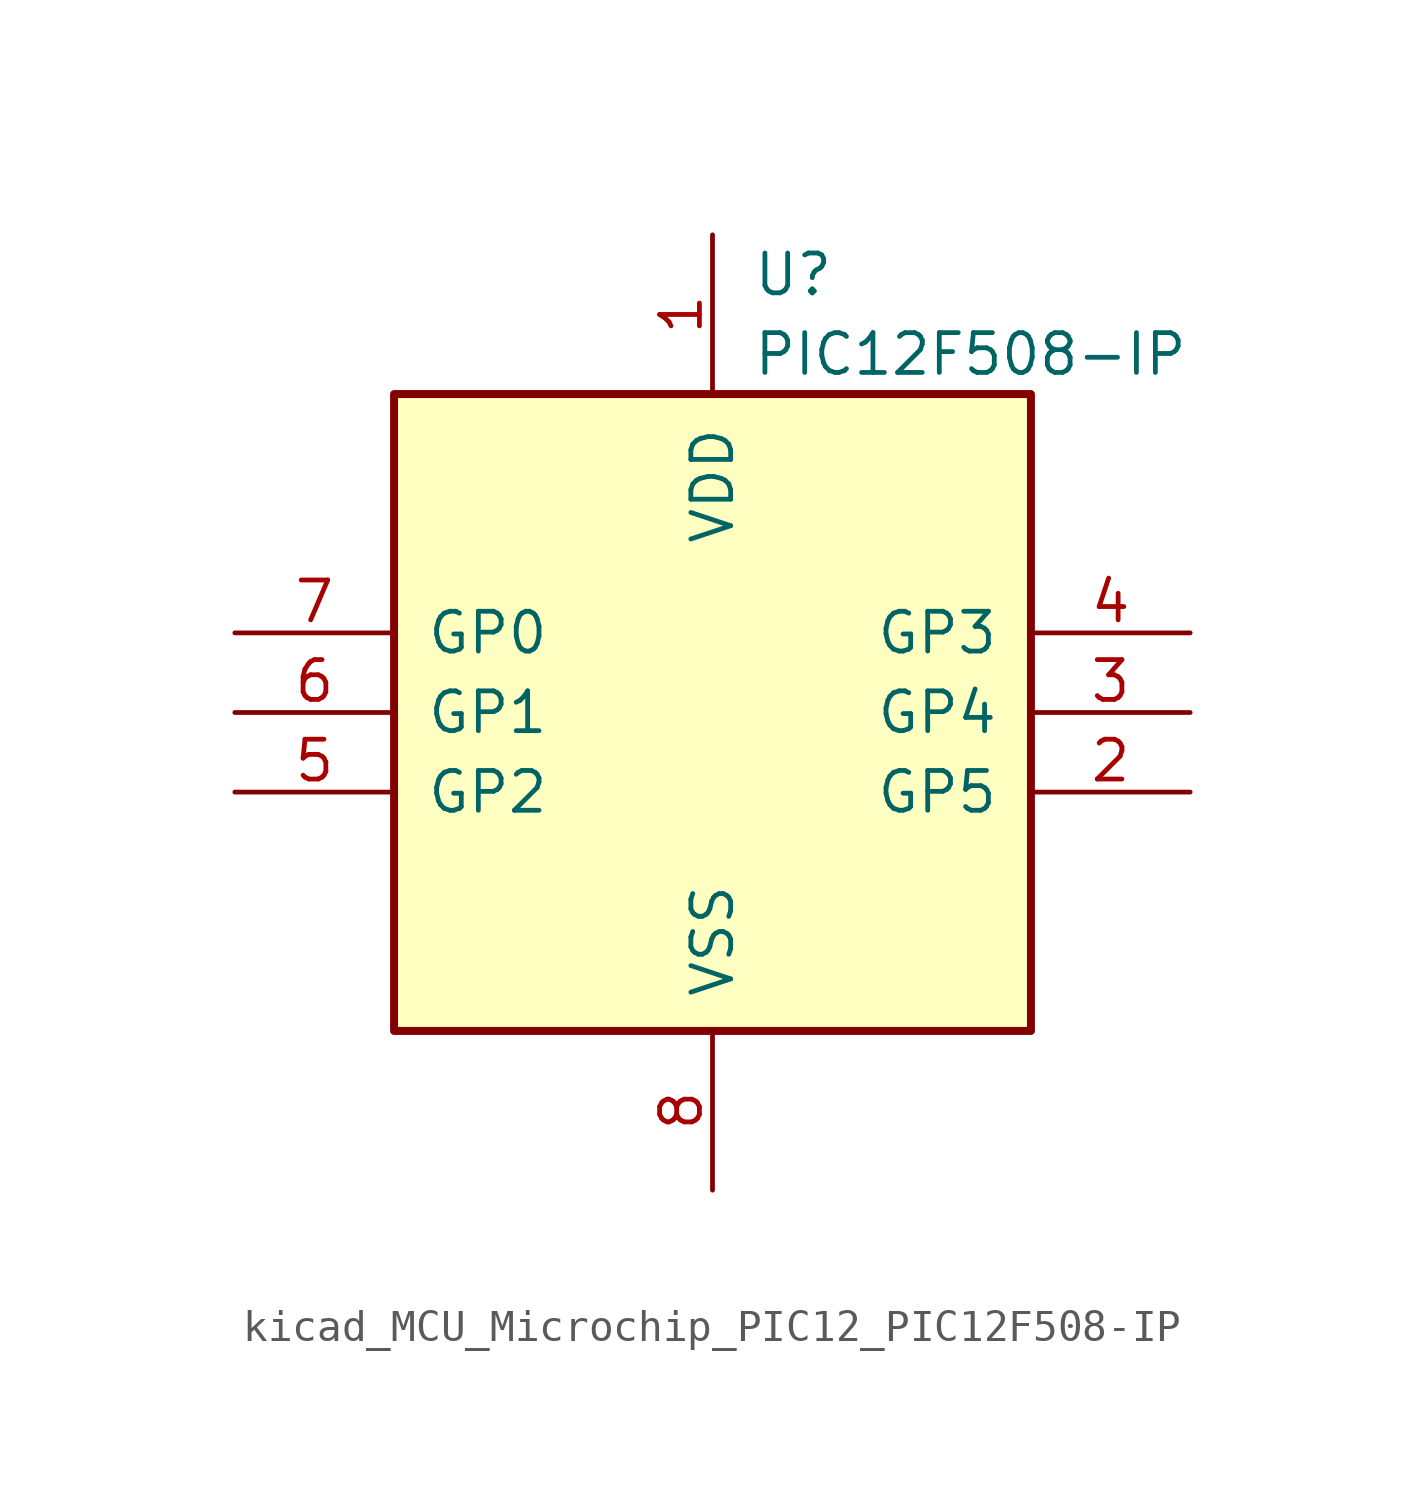
<source format=kicad_sym>
(kicad_symbol_lib
  (version 20220914)
  (generator kicad_symbol_editor)
  (symbol "kicad_MCU_Microchip_PIC12_PIC12F508-IP"
    (pin_names
      (offset 1.016))
    (property "Reference" "U"
      (at 1.27 13.97 0)
      (effects (font (size 1.27 1.27)) (justify left)))
    (property "Value" "PIC12F508-IP"
      (at 1.27 11.43 0)
      (effects (font (size 1.27 1.27)) (justify left)))
    (symbol "kicad_MCU_Microchip_PIC12_PIC12F508-IP_0_1"
      (rectangle (start 10.16 -10.16) (end -10.16 10.16) (stroke (width 0.254) (type default)) (fill (type background))))
    (symbol "kicad_MCU_Microchip_PIC12_PIC12F508-IP_1_1"
      (pin power_in line (at 0 15.24 270) (length 5.08) (name "VDD" (effects (font (size 1.27 1.27)))) (number "1" (effects (font (size 1.27 1.27)))))
      (pin bidirectional line (at 15.24 -2.54 180) (length 5.08) (name "GP5" (effects (font (size 1.27 1.27)))) (number "2" (effects (font (size 1.27 1.27)))))
      (pin bidirectional line (at 15.24 0 180) (length 5.08) (name "GP4" (effects (font (size 1.27 1.27)))) (number "3" (effects (font (size 1.27 1.27)))))
      (pin input line (at 15.24 2.54 180) (length 5.08) (name "GP3" (effects (font (size 1.27 1.27)))) (number "4" (effects (font (size 1.27 1.27)))))
      (pin bidirectional line (at -15.24 -2.54 0) (length 5.08) (name "GP2" (effects (font (size 1.27 1.27)))) (number "5" (effects (font (size 1.27 1.27)))))
      (pin bidirectional line (at -15.24 0 0) (length 5.08) (name "GP1" (effects (font (size 1.27 1.27)))) (number "6" (effects (font (size 1.27 1.27)))))
      (pin bidirectional line (at -15.24 2.54 0) (length 5.08) (name "GP0" (effects (font (size 1.27 1.27)))) (number "7" (effects (font (size 1.27 1.27)))))
      (pin power_in line (at 0 -15.24 90) (length 5.08) (name "VSS" (effects (font (size 1.27 1.27)))) (number "8" (effects (font (size 1.27 1.27))))))))
</source>
